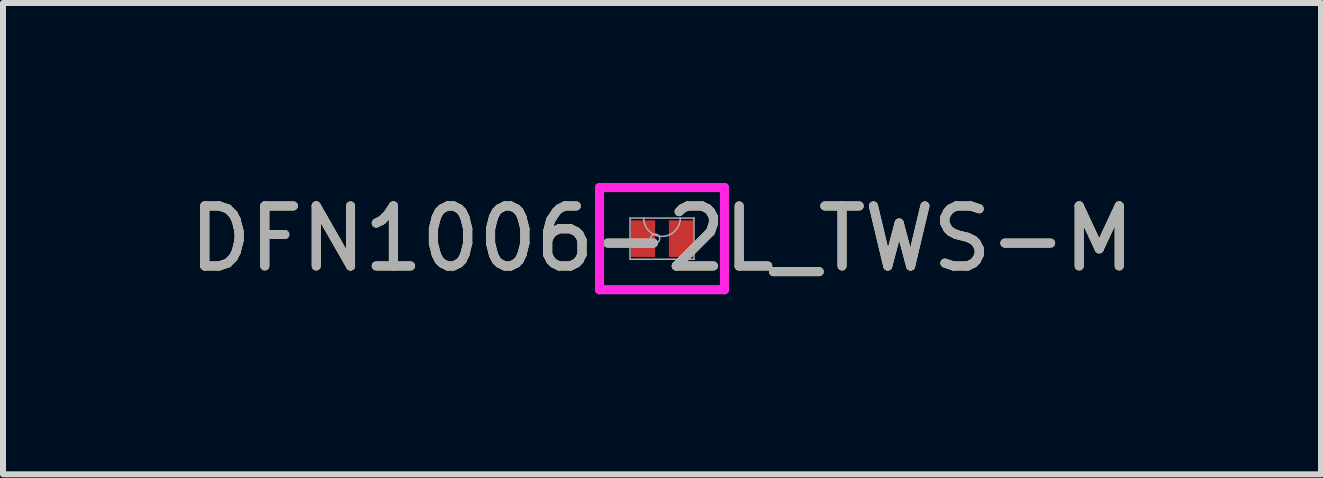
<source format=kicad_pcb>
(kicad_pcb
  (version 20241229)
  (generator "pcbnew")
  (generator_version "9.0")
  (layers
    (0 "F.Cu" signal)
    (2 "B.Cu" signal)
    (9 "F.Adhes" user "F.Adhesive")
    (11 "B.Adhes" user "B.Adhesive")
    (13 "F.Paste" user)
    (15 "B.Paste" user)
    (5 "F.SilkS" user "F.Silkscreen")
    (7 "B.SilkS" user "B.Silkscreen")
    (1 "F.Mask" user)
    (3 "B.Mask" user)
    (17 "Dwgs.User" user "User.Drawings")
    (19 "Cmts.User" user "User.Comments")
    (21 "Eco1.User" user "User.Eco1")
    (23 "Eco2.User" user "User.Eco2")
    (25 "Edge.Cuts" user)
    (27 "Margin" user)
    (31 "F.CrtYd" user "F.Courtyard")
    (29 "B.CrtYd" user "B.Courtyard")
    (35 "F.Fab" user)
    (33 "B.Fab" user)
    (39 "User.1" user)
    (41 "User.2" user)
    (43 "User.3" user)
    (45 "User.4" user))
  (footprint "DFN1006-2L_TWS-M"
    (layer "F.Cu")
    (at 7.982 0.927)
    (property "Reference" "DFN1006-2L_TWS-M" (at 0 0 0) (unlocked yes) (layer "F.SilkS") (effects (font (size 1 1) (thickness 0.15))))
    (attr smd)
    (fp_line (start -1.041 -0.851) (end 1.041 -0.851) (stroke (width 0.152) (type solid)) (layer "F.CrtYd"))
    (fp_line (start -1.041 -0.813) (end -1.041 -0.851) (stroke (width 0.152) (type solid)) (layer "F.CrtYd"))
    (fp_line (start -1.041 -0.813) (end -1.041 -0.813) (stroke (width 0.152) (type solid)) (layer "F.CrtYd"))
    (fp_line (start -1.041 0.813) (end -1.041 -0.813) (stroke (width 0.152) (type solid)) (layer "F.CrtYd"))
    (fp_line (start -1.041 0.813) (end -1.041 0.813) (stroke (width 0.152) (type solid)) (layer "F.CrtYd"))
    (fp_line (start -1.041 0.851) (end -1.041 0.813) (stroke (width 0.152) (type solid)) (layer "F.CrtYd"))
    (fp_line (start 1.041 -0.851) (end 1.041 -0.813) (stroke (width 0.152) (type solid)) (layer "F.CrtYd"))
    (fp_line (start 1.041 -0.813) (end 1.041 -0.813) (stroke (width 0.152) (type solid)) (layer "F.CrtYd"))
    (fp_line (start 1.041 -0.813) (end 1.041 0.813) (stroke (width 0.152) (type solid)) (layer "F.CrtYd"))
    (fp_line (start 1.041 0.813) (end 1.041 0.813) (stroke (width 0.152) (type solid)) (layer "F.CrtYd"))
    (fp_line (start 1.041 0.813) (end 1.041 0.851) (stroke (width 0.152) (type solid)) (layer "F.CrtYd"))
    (fp_line (start 1.041 0.851) (end -1.041 0.851) (stroke (width 0.152) (type solid)) (layer "F.CrtYd"))
    (fp_line (start -0.533 -0.343) (end -0.533 0.343) (stroke (width 0.025) (type solid)) (layer "F.Fab"))
    (fp_line (start -0.533 0.343) (end 0.533 0.343) (stroke (width 0.025) (type solid)) (layer "F.Fab"))
    (fp_line (start 0.533 -0.343) (end -0.533 -0.343) (stroke (width 0.025) (type solid)) (layer "F.Fab"))
    (fp_line (start 0.533 0.343) (end 0.533 -0.343) (stroke (width 0.025) (type solid)) (layer "F.Fab"))
    (fp_arc (start 0.3048 -0.3429) (mid 0 -0.0381) (end -0.3048 -0.3429) (stroke (width 0.0254) (type solid)) (layer "F.Fab"))
    (fp_circle (center -0.114 0) (end -0.038 0) (stroke (width 0.025) (type solid)) (fill no) (layer "F.Fab"))
    (fp_text user "${REFERENCE}" (at 0 0 0) (unlocked yes) (layer "F.Fab") (effects (font (size 1 1) (thickness 0.15))))
    (pad "1" smd rect (at -0.318 0) (size 0.406 0.61) (layers "F.Cu" "F.Mask" "F.Paste"))
    (pad "2" smd rect (at 0.318 0) (size 0.406 0.61) (layers "F.Cu" "F.Mask" "F.Paste")))
  (gr_rect
    (start -3 -3)
    (end 18.964 4.854)
    (stroke (width 0.1) (type default))
    (fill no)
    (layer "Edge.Cuts")))
</source>
